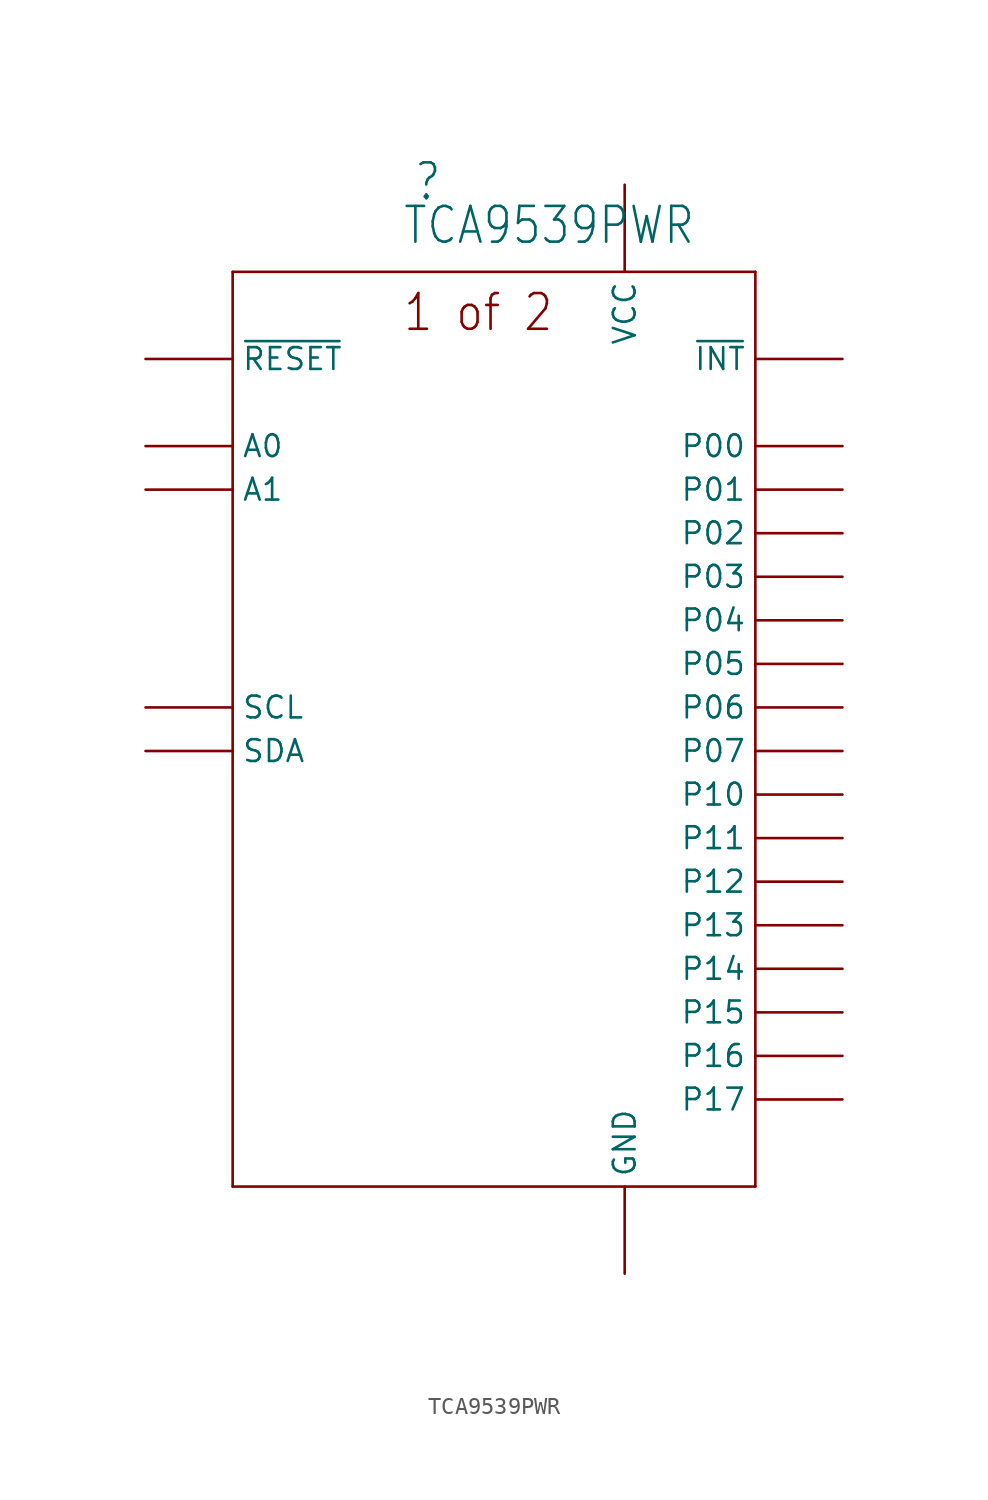
<source format=kicad_sym>
(kicad_symbol_lib
  (version 20211014)
  (generator kicad_symbol_editor)
  (symbol "TCA9539PWR"
    (property "Reference" ""
      (at 18.136 9.119 0)
      (effects (font (size 2.083 1.77)) (justify left bottom)))
    (property "Value" "TCA9539PWR"
      (at 17.501 6.579 0)
      (effects (font (size 2.083 1.77)) (justify left bottom)))
    (property "ki_locked" ""
      (at 0 0 0)
      (effects (font (size 1.27 1.27))))
    (symbol "TCA9539PWR_1_0"
      (polyline (pts (xy 7.62 -48.26) (xy 38.1 -48.26)) (stroke (width 0.152) (type default) (color 0 0 0 0)) (fill (type none)))
      (polyline (pts (xy 7.62 5.08) (xy 7.62 -48.26)) (stroke (width 0.152) (type default) (color 0 0 0 0)) (fill (type none)))
      (polyline (pts (xy 38.1 -48.26) (xy 38.1 5.08)) (stroke (width 0.152) (type default) (color 0 0 0 0)) (fill (type none)))
      (polyline (pts (xy 38.1 5.08) (xy 7.62 5.08)) (stroke (width 0.152) (type default) (color 0 0 0 0)) (fill (type none)))
      (text "1 of 2" (at 17.501 1.499 0) (effects (font (size 2.083 1.77)) (justify left bottom)))
      (pin output line (at 43.18 0 180) (length 5.08) (name "~{INT}" (effects (font (size 1.27 1.27)))) (number "1" (effects (font (size 0 0)))))
      (pin bidirectional line (at 43.18 -20.32 180) (length 5.08) (name "P06" (effects (font (size 1.27 1.27)))) (number "10" (effects (font (size 0 0)))))
      (pin bidirectional line (at 43.18 -22.86 180) (length 5.08) (name "P07" (effects (font (size 1.27 1.27)))) (number "11" (effects (font (size 0 0)))))
      (pin power_in line (at 30.48 -53.34 90) (length 5.08) (name "GND" (effects (font (size 1.27 1.27)))) (number "12" (effects (font (size 0 0)))))
      (pin bidirectional line (at 43.18 -25.4 180) (length 5.08) (name "P10" (effects (font (size 1.27 1.27)))) (number "13" (effects (font (size 0 0)))))
      (pin bidirectional line (at 43.18 -27.94 180) (length 5.08) (name "P11" (effects (font (size 1.27 1.27)))) (number "14" (effects (font (size 0 0)))))
      (pin bidirectional line (at 43.18 -30.48 180) (length 5.08) (name "P12" (effects (font (size 1.27 1.27)))) (number "15" (effects (font (size 0 0)))))
      (pin bidirectional line (at 43.18 -33.02 180) (length 5.08) (name "P13" (effects (font (size 1.27 1.27)))) (number "16" (effects (font (size 0 0)))))
      (pin bidirectional line (at 43.18 -35.56 180) (length 5.08) (name "P14" (effects (font (size 1.27 1.27)))) (number "17" (effects (font (size 0 0)))))
      (pin bidirectional line (at 43.18 -38.1 180) (length 5.08) (name "P15" (effects (font (size 1.27 1.27)))) (number "18" (effects (font (size 0 0)))))
      (pin bidirectional line (at 43.18 -40.64 180) (length 5.08) (name "P16" (effects (font (size 1.27 1.27)))) (number "19" (effects (font (size 0 0)))))
      (pin input line (at 2.54 -7.62 0) (length 5.08) (name "A1" (effects (font (size 1.27 1.27)))) (number "2" (effects (font (size 0 0)))))
      (pin bidirectional line (at 43.18 -43.18 180) (length 5.08) (name "P17" (effects (font (size 1.27 1.27)))) (number "20" (effects (font (size 0 0)))))
      (pin input line (at 2.54 -5.08 0) (length 5.08) (name "A0" (effects (font (size 1.27 1.27)))) (number "21" (effects (font (size 0 0)))))
      (pin bidirectional line (at 2.54 -20.32 0) (length 5.08) (name "SCL" (effects (font (size 1.27 1.27)))) (number "22" (effects (font (size 0 0)))))
      (pin bidirectional line (at 2.54 -22.86 0) (length 5.08) (name "SDA" (effects (font (size 1.27 1.27)))) (number "23" (effects (font (size 0 0)))))
      (pin power_in line (at 30.48 10.16 270) (length 5.08) (name "VCC" (effects (font (size 1.27 1.27)))) (number "24" (effects (font (size 0 0)))))
      (pin input line (at 2.54 0 0) (length 5.08) (name "~{RESET}" (effects (font (size 1.27 1.27)))) (number "3" (effects (font (size 0 0)))))
      (pin bidirectional line (at 43.18 -5.08 180) (length 5.08) (name "P00" (effects (font (size 1.27 1.27)))) (number "4" (effects (font (size 0 0)))))
      (pin bidirectional line (at 43.18 -7.62 180) (length 5.08) (name "P01" (effects (font (size 1.27 1.27)))) (number "5" (effects (font (size 0 0)))))
      (pin bidirectional line (at 43.18 -10.16 180) (length 5.08) (name "P02" (effects (font (size 1.27 1.27)))) (number "6" (effects (font (size 0 0)))))
      (pin bidirectional line (at 43.18 -12.7 180) (length 5.08) (name "P03" (effects (font (size 1.27 1.27)))) (number "7" (effects (font (size 0 0)))))
      (pin bidirectional line (at 43.18 -15.24 180) (length 5.08) (name "P04" (effects (font (size 1.27 1.27)))) (number "8" (effects (font (size 0 0)))))
      (pin bidirectional line (at 43.18 -17.78 180) (length 5.08) (name "P05" (effects (font (size 1.27 1.27)))) (number "9" (effects (font (size 0 0))))))))
</source>
